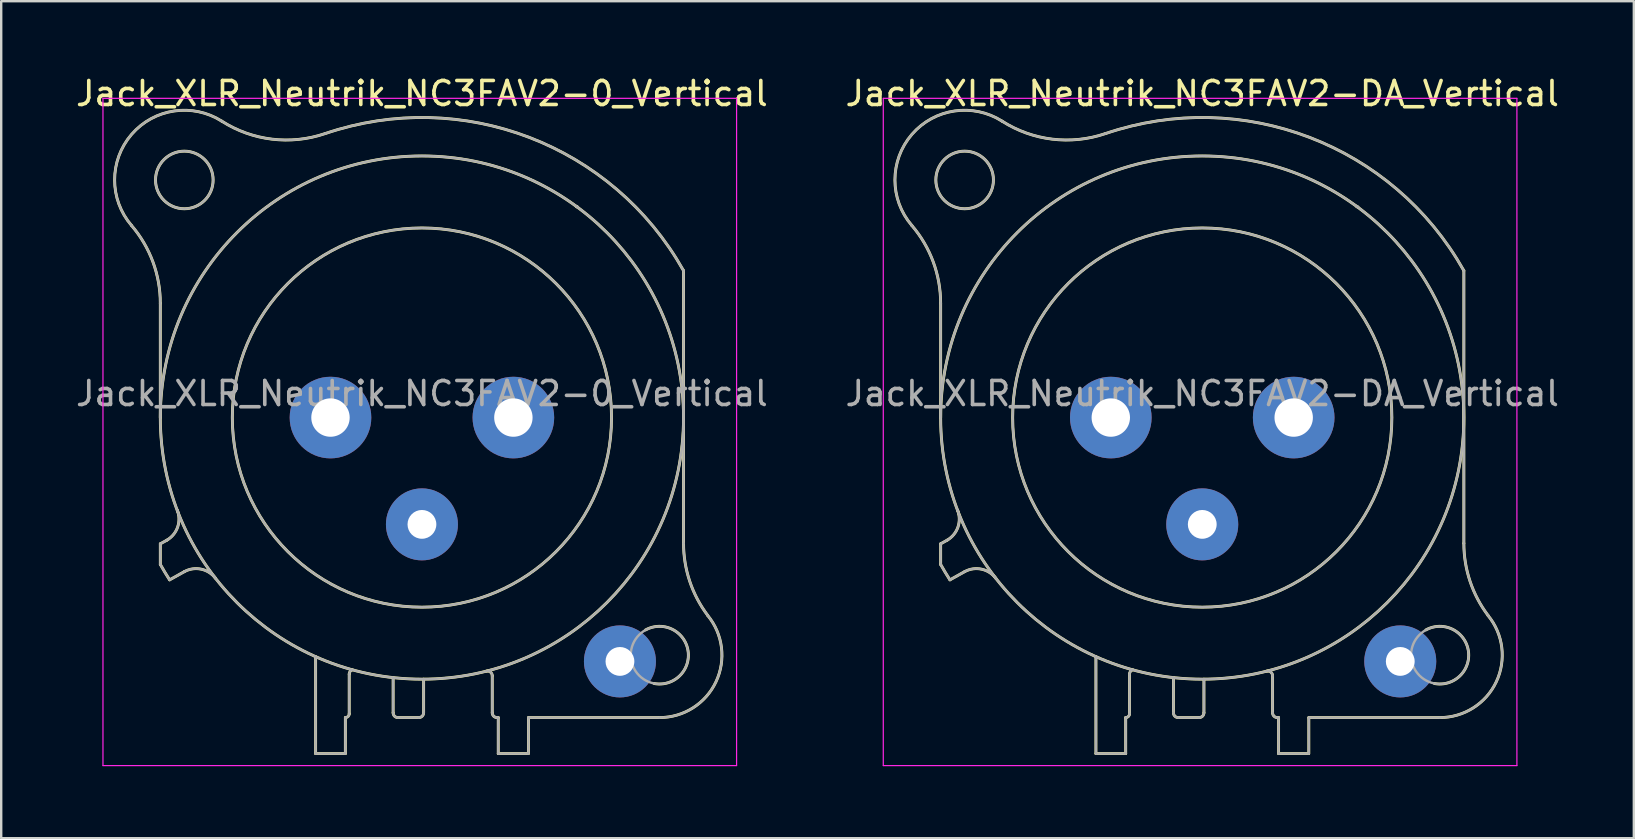
<source format=kicad_pcb>
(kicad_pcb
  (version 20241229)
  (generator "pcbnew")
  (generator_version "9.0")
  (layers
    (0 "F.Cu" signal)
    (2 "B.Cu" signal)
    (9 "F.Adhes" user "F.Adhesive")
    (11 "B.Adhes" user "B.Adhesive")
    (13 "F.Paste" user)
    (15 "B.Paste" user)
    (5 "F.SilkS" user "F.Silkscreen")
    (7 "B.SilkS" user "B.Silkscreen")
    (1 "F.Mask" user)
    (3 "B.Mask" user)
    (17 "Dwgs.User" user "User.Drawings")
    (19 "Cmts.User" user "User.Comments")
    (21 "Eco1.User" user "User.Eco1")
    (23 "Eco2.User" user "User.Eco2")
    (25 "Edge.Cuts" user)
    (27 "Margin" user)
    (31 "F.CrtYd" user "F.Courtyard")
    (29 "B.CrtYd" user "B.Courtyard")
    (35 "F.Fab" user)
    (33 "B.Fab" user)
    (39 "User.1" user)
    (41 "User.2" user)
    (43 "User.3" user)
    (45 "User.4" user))
  (footprint "Jack_XLR_Neutrik_NC3FAV2-DA_Vertical"
    (layer "F.Cu")
    (at 50.852 14.348)
    (property "Reference" "Jack_XLR_Neutrik_NC3FAV2-DA_Vertical" (at -3.81 -13.5 0) (layer "F.SilkS") (effects (font (size 1 1) (thickness 0.15))))
    (attr through_hole)
    (fp_line (start -14.71 0) (end -14.71 -4.76) (stroke (width 0.12) (type solid)) (layer "F.SilkS"))
    (fp_line (start -14.71 5.26) (end -14.71 6.12) (stroke (width 0.12) (type solid)) (layer "F.SilkS"))
    (fp_line (start -14.44 5.11) (end -14.71 5.26) (stroke (width 0.12) (type solid)) (layer "F.SilkS"))
    (fp_line (start -14.32 6.76) (end -13.71 6.42) (stroke (width 0.12) (type solid)) (layer "F.SilkS"))
    (fp_line (start -8.24 9.96) (end -8.24 14) (stroke (width 0.12) (type solid)) (layer "F.SilkS"))
    (fp_line (start -7 12.5) (end -7 14) (stroke (width 0.12) (type solid)) (layer "F.SilkS"))
    (fp_line (start -7 14) (end -8.24 14) (stroke (width 0.12) (type solid)) (layer "F.SilkS"))
    (fp_line (start -6.84 12.34) (end -6.84 10.69) (stroke (width 0.12) (type solid)) (layer "F.SilkS"))
    (fp_line (start -5.01 10.83) (end -5.01 12.3) (stroke (width 0.12) (type solid)) (layer "F.SilkS"))
    (fp_line (start -3.94 12.5) (end -4.81 12.5) (stroke (width 0.12) (type solid)) (layer "F.SilkS"))
    (fp_line (start -3.74 10.9) (end -3.74 12.3) (stroke (width 0.12) (type solid)) (layer "F.SilkS"))
    (fp_line (start -0.88 12.3) (end -0.88 10.76) (stroke (width 0.12) (type solid)) (layer "F.SilkS"))
    (fp_line (start -0.63 12.5) (end -0.68 12.5) (stroke (width 0.12) (type solid)) (layer "F.SilkS"))
    (fp_line (start -0.63 12.5) (end -0.63 14) (stroke (width 0.12) (type solid)) (layer "F.SilkS"))
    (fp_line (start 0.62 14) (end -0.63 14) (stroke (width 0.12) (type solid)) (layer "F.SilkS"))
    (fp_line (start 0.63 12.5) (end 6.09 12.5) (stroke (width 0.12) (type solid)) (layer "F.SilkS"))
    (fp_line (start 0.63 14) (end 0.63 12.5) (stroke (width 0.12) (type solid)) (layer "F.SilkS"))
    (fp_line (start 7.09 5.24) (end 7.09 -6.12) (stroke (width 0.12) (type solid)) (layer "F.SilkS"))
    (fp_arc (start -15.908829 -8.000856) (mid -15.019313 -6.48774) (end -14.71 -4.76) (stroke (width 0.12) (type solid)) (layer "F.SilkS"))
    (fp_arc (start -15.908236 -8.001617) (mid -15.907486 -11.799251) (end -12.15 -12.35) (stroke (width 0.12) (type solid)) (layer "F.SilkS"))
    (fp_arc (start -14.32314 6.763008) (mid -14.521396 6.444407) (end -14.71 6.12) (stroke (width 0.12) (type solid)) (layer "F.SilkS"))
    (fp_arc (start -14.004283 3.855674) (mid -13.989213 4.56375) (end -14.44 5.11) (stroke (width 0.12) (type solid)) (layer "F.SilkS"))
    (fp_arc (start -13.71 6.42) (mid -13.01025 6.315915) (end -12.412202 6.693832) (stroke (width 0.12) (type solid)) (layer "F.SilkS"))
    (fp_arc (start -7.848035 -11.831177) (mid -10.058192 -11.599923) (end -12.15 -12.35) (stroke (width 0.12) (type solid)) (layer "F.SilkS"))
    (fp_arc (start -7.841153 -11.83276) (mid 0.657009 -11.675197) (end 7.09 -6.12) (stroke (width 0.12) (type solid)) (layer "F.SilkS"))
    (fp_arc (start -6.84 10.69) (mid -6.803713 10.578321) (end -6.708713 10.509299) (stroke (width 0.12) (type solid)) (layer "F.SilkS"))
    (fp_arc (start -6.84 12.34) (mid -6.886863 12.453137) (end -7 12.5) (stroke (width 0.12) (type solid)) (layer "F.SilkS"))
    (fp_arc (start -4.81 12.5) (mid -4.951421 12.441421) (end -5.01 12.3) (stroke (width 0.12) (type solid)) (layer "F.SilkS"))
    (fp_arc (start -3.74 12.3) (mid -3.798579 12.441421) (end -3.94 12.5) (stroke (width 0.12) (type solid)) (layer "F.SilkS"))
    (fp_arc (start -1.1294 10.566197) (mid -0.957281 10.602076) (end -0.88 10.76) (stroke (width 0.12) (type solid)) (layer "F.SilkS"))
    (fp_arc (start -0.68 12.5) (mid -0.821421 12.441421) (end -0.88 12.3) (stroke (width 0.12) (type solid)) (layer "F.SilkS"))
    (fp_arc (start 2.636924 -8.782671) (mid 2.628394 -8.791269) (end 2.62 -8.8) (stroke (width 0.12) (type solid)) (layer "F.SilkS"))
    (fp_arc (start 2.680052 -8.767734) (mid 2.65973 -8.7835) (end 2.64 -8.8) (stroke (width 0.12) (type solid)) (layer "F.SilkS"))
    (fp_arc (start 5.507701 8.848226) (mid 7.277502 9.712546) (end 5.86 11.08) (stroke (width 0.12) (type solid)) (layer "F.SilkS"))
    (fp_arc (start 8.095865 8.245761) (mid 8.441704 11.008824) (end 6.09 12.5) (stroke (width 0.12) (type solid)) (layer "F.SilkS"))
    (fp_arc (start 8.098032 8.243976) (mid 7.348729 6.824298) (end 7.09 5.24) (stroke (width 0.12) (type solid)) (layer "F.SilkS"))
    (fp_circle (center -13.71 -9.9) (end -12.51 -9.9) (stroke (width 0.12) (type solid)) (fill no) (layer "F.SilkS"))
    (fp_circle (center -3.81 0) (end 4.09 0) (stroke (width 0.12) (type solid)) (fill no) (layer "F.SilkS"))
    (fp_circle (center -3.81 0) (end 7.09 0) (stroke (width 0.12) (type solid)) (fill no) (layer "F.SilkS"))
    (fp_line (start -17.1 -13.3) (end 9.3 -13.3) (stroke (width 0.05) (type solid)) (layer "F.CrtYd"))
    (fp_line (start -17.1 14.5) (end -17.1 -13.3) (stroke (width 0.05) (type solid)) (layer "F.CrtYd"))
    (fp_line (start 9.3 -13.3) (end 9.3 14.5) (stroke (width 0.05) (type solid)) (layer "F.CrtYd"))
    (fp_line (start 9.3 14.5) (end -17.1 14.5) (stroke (width 0.05) (type solid)) (layer "F.CrtYd"))
    (fp_line (start -14.71 0) (end -14.71 -4.76) (stroke (width 0.1) (type solid)) (layer "F.Fab"))
    (fp_line (start -14.71 5.26) (end -14.71 6.12) (stroke (width 0.1) (type solid)) (layer "F.Fab"))
    (fp_line (start -14.44 5.11) (end -14.71 5.26) (stroke (width 0.1) (type solid)) (layer "F.Fab"))
    (fp_line (start -14.32 6.76) (end -13.71 6.42) (stroke (width 0.1) (type solid)) (layer "F.Fab"))
    (fp_line (start -8.24 9.96) (end -8.24 14) (stroke (width 0.1) (type solid)) (layer "F.Fab"))
    (fp_line (start -7 12.5) (end -7 14) (stroke (width 0.1) (type solid)) (layer "F.Fab"))
    (fp_line (start -7 14) (end -8.24 14) (stroke (width 0.1) (type solid)) (layer "F.Fab"))
    (fp_line (start -6.84 12.34) (end -6.84 10.69) (stroke (width 0.1) (type solid)) (layer "F.Fab"))
    (fp_line (start -5.01 10.83) (end -5.01 12.3) (stroke (width 0.1) (type solid)) (layer "F.Fab"))
    (fp_line (start -3.94 12.5) (end -4.81 12.5) (stroke (width 0.1) (type solid)) (layer "F.Fab"))
    (fp_line (start -3.74 10.9) (end -3.74 12.3) (stroke (width 0.1) (type solid)) (layer "F.Fab"))
    (fp_line (start -0.88 12.3) (end -0.88 10.76) (stroke (width 0.1) (type solid)) (layer "F.Fab"))
    (fp_line (start -0.63 12.5) (end -0.68 12.5) (stroke (width 0.1) (type solid)) (layer "F.Fab"))
    (fp_line (start -0.63 12.5) (end -0.63 14) (stroke (width 0.1) (type solid)) (layer "F.Fab"))
    (fp_line (start 0.62 14) (end -0.63 14) (stroke (width 0.1) (type solid)) (layer "F.Fab"))
    (fp_line (start 0.63 12.5) (end 6.09 12.5) (stroke (width 0.1) (type solid)) (layer "F.Fab"))
    (fp_line (start 0.63 14) (end 0.63 12.5) (stroke (width 0.1) (type solid)) (layer "F.Fab"))
    (fp_line (start 7.09 5.24) (end 7.09 -6.12) (stroke (width 0.1) (type solid)) (layer "F.Fab"))
    (fp_arc (start -15.908829 -8.000856) (mid -15.019313 -6.48774) (end -14.71 -4.76) (stroke (width 0.1) (type solid)) (layer "F.Fab"))
    (fp_arc (start -15.908236 -8.001617) (mid -15.907486 -11.799251) (end -12.15 -12.35) (stroke (width 0.1) (type solid)) (layer "F.Fab"))
    (fp_arc (start -14.32314 6.763008) (mid -14.521396 6.444407) (end -14.71 6.12) (stroke (width 0.1) (type solid)) (layer "F.Fab"))
    (fp_arc (start -14.004283 3.855674) (mid -13.989213 4.56375) (end -14.44 5.11) (stroke (width 0.1) (type solid)) (layer "F.Fab"))
    (fp_arc (start -13.71 6.42) (mid -13.01025 6.315915) (end -12.412202 6.693832) (stroke (width 0.1) (type solid)) (layer "F.Fab"))
    (fp_arc (start -7.848035 -11.831177) (mid -10.058192 -11.599923) (end -12.15 -12.35) (stroke (width 0.1) (type solid)) (layer "F.Fab"))
    (fp_arc (start -7.841153 -11.83276) (mid 0.657009 -11.675197) (end 7.09 -6.12) (stroke (width 0.1) (type solid)) (layer "F.Fab"))
    (fp_arc (start -6.84 10.69) (mid -6.803713 10.578321) (end -6.708713 10.509299) (stroke (width 0.1) (type solid)) (layer "F.Fab"))
    (fp_arc (start -6.84 12.34) (mid -6.886863 12.453137) (end -7 12.5) (stroke (width 0.1) (type solid)) (layer "F.Fab"))
    (fp_arc (start -4.81 12.5) (mid -4.951421 12.441421) (end -5.01 12.3) (stroke (width 0.1) (type solid)) (layer "F.Fab"))
    (fp_arc (start -3.74 12.3) (mid -3.798579 12.441421) (end -3.94 12.5) (stroke (width 0.1) (type solid)) (layer "F.Fab"))
    (fp_arc (start -1.1294 10.566197) (mid -0.957281 10.602076) (end -0.88 10.76) (stroke (width 0.1) (type solid)) (layer "F.Fab"))
    (fp_arc (start -0.68 12.5) (mid -0.821421 12.441421) (end -0.88 12.3) (stroke (width 0.1) (type solid)) (layer "F.Fab"))
    (fp_arc (start 2.636924 -8.782671) (mid 2.628394 -8.791269) (end 2.62 -8.8) (stroke (width 0.1) (type solid)) (layer "F.Fab"))
    (fp_arc (start 2.680052 -8.767734) (mid 2.65973 -8.7835) (end 2.64 -8.8) (stroke (width 0.1) (type solid)) (layer "F.Fab"))
    (fp_arc (start 8.095865 8.245761) (mid 8.441704 11.008824) (end 6.09 12.5) (stroke (width 0.1) (type solid)) (layer "F.Fab"))
    (fp_arc (start 8.098032 8.243976) (mid 7.348729 6.824298) (end 7.09 5.24) (stroke (width 0.1) (type solid)) (layer "F.Fab"))
    (fp_circle (center -13.71 -9.9) (end -12.51 -9.9) (stroke (width 0.1) (type solid)) (fill no) (layer "F.Fab"))
    (fp_circle (center -3.81 0) (end 4.09 0) (stroke (width 0.1) (type solid)) (fill no) (layer "F.Fab"))
    (fp_circle (center -3.81 0) (end 7.09 0) (stroke (width 0.1) (type solid)) (fill no) (layer "F.Fab"))
    (fp_circle (center 6.09 9.9) (end 7.29 9.9) (stroke (width 0.1) (type solid)) (fill no) (layer "F.Fab"))
    (fp_text user "${REFERENCE}" (at -3.81 -1 0) (layer "F.Fab") (effects (font (size 1 1) (thickness 0.15))))
    (pad "1" thru_hole circle (at 0 0) (size 3.4 3.4) (drill 1.6) (layers "*.Cu" "*.Mask"))
    (pad "2" thru_hole circle (at -7.62 0) (size 3.4 3.4) (drill 1.6) (layers "*.Cu" "*.Mask"))
    (pad "3" thru_hole circle (at -3.81 4.45) (size 3 3) (drill 1.2) (layers "*.Cu" "*.Mask"))
    (pad "G" thru_hole circle (at 4.44 10.16) (size 3 3) (drill 1.2) (layers "*.Cu" "*.Mask")))
  (footprint "Jack_XLR_Neutrik_NC3FAV2-0_Vertical"
    (layer "F.Cu")
    (at 18.34 14.348)
    (property "Reference" "Jack_XLR_Neutrik_NC3FAV2-0_Vertical" (at -3.81 -13.5 0) (layer "F.SilkS") (effects (font (size 1 1) (thickness 0.15))))
    (attr through_hole)
    (fp_line (start -14.71 0) (end -14.71 -4.76) (stroke (width 0.12) (type solid)) (layer "F.SilkS"))
    (fp_line (start -14.71 5.26) (end -14.71 6.12) (stroke (width 0.12) (type solid)) (layer "F.SilkS"))
    (fp_line (start -14.44 5.11) (end -14.71 5.26) (stroke (width 0.12) (type solid)) (layer "F.SilkS"))
    (fp_line (start -14.32 6.76) (end -13.71 6.42) (stroke (width 0.12) (type solid)) (layer "F.SilkS"))
    (fp_line (start -8.24 9.96) (end -8.24 14) (stroke (width 0.12) (type solid)) (layer "F.SilkS"))
    (fp_line (start -7 12.5) (end -7 14) (stroke (width 0.12) (type solid)) (layer "F.SilkS"))
    (fp_line (start -7 14) (end -8.24 14) (stroke (width 0.12) (type solid)) (layer "F.SilkS"))
    (fp_line (start -6.84 12.34) (end -6.84 10.69) (stroke (width 0.12) (type solid)) (layer "F.SilkS"))
    (fp_line (start -5.01 10.83) (end -5.01 12.3) (stroke (width 0.12) (type solid)) (layer "F.SilkS"))
    (fp_line (start -3.94 12.5) (end -4.81 12.5) (stroke (width 0.12) (type solid)) (layer "F.SilkS"))
    (fp_line (start -3.74 10.9) (end -3.74 12.3) (stroke (width 0.12) (type solid)) (layer "F.SilkS"))
    (fp_line (start -0.88 12.3) (end -0.88 10.76) (stroke (width 0.12) (type solid)) (layer "F.SilkS"))
    (fp_line (start -0.63 12.5) (end -0.68 12.5) (stroke (width 0.12) (type solid)) (layer "F.SilkS"))
    (fp_line (start -0.63 12.5) (end -0.63 14) (stroke (width 0.12) (type solid)) (layer "F.SilkS"))
    (fp_line (start 0.62 14) (end -0.63 14) (stroke (width 0.12) (type solid)) (layer "F.SilkS"))
    (fp_line (start 0.63 12.5) (end 6.09 12.5) (stroke (width 0.12) (type solid)) (layer "F.SilkS"))
    (fp_line (start 0.63 14) (end 0.63 12.5) (stroke (width 0.12) (type solid)) (layer "F.SilkS"))
    (fp_line (start 7.09 5.24) (end 7.09 -6.12) (stroke (width 0.12) (type solid)) (layer "F.SilkS"))
    (fp_arc (start -15.908829 -8.000856) (mid -15.019313 -6.48774) (end -14.71 -4.76) (stroke (width 0.12) (type solid)) (layer "F.SilkS"))
    (fp_arc (start -15.908236 -8.001617) (mid -15.907486 -11.799251) (end -12.15 -12.35) (stroke (width 0.12) (type solid)) (layer "F.SilkS"))
    (fp_arc (start -14.32314 6.763008) (mid -14.521396 6.444407) (end -14.71 6.12) (stroke (width 0.12) (type solid)) (layer "F.SilkS"))
    (fp_arc (start -14.004283 3.855674) (mid -13.989213 4.56375) (end -14.44 5.11) (stroke (width 0.12) (type solid)) (layer "F.SilkS"))
    (fp_arc (start -13.71 6.42) (mid -13.01025 6.315915) (end -12.412202 6.693832) (stroke (width 0.12) (type solid)) (layer "F.SilkS"))
    (fp_arc (start -7.848035 -11.831177) (mid -10.058192 -11.599923) (end -12.15 -12.35) (stroke (width 0.12) (type solid)) (layer "F.SilkS"))
    (fp_arc (start -7.841153 -11.83276) (mid 0.657009 -11.675197) (end 7.09 -6.12) (stroke (width 0.12) (type solid)) (layer "F.SilkS"))
    (fp_arc (start -6.84 10.69) (mid -6.803713 10.578321) (end -6.708713 10.509299) (stroke (width 0.12) (type solid)) (layer "F.SilkS"))
    (fp_arc (start -6.84 12.34) (mid -6.886863 12.453137) (end -7 12.5) (stroke (width 0.12) (type solid)) (layer "F.SilkS"))
    (fp_arc (start -4.81 12.5) (mid -4.951421 12.441421) (end -5.01 12.3) (stroke (width 0.12) (type solid)) (layer "F.SilkS"))
    (fp_arc (start -3.74 12.3) (mid -3.798579 12.441421) (end -3.94 12.5) (stroke (width 0.12) (type solid)) (layer "F.SilkS"))
    (fp_arc (start -1.1294 10.566197) (mid -0.957281 10.602076) (end -0.88 10.76) (stroke (width 0.12) (type solid)) (layer "F.SilkS"))
    (fp_arc (start -0.68 12.5) (mid -0.821421 12.441421) (end -0.88 12.3) (stroke (width 0.12) (type solid)) (layer "F.SilkS"))
    (fp_arc (start 2.636924 -8.782671) (mid 2.628394 -8.791269) (end 2.62 -8.8) (stroke (width 0.12) (type solid)) (layer "F.SilkS"))
    (fp_arc (start 2.680052 -8.767734) (mid 2.65973 -8.7835) (end 2.64 -8.8) (stroke (width 0.12) (type solid)) (layer "F.SilkS"))
    (fp_arc (start 5.507701 8.848226) (mid 7.277502 9.712546) (end 5.86 11.08) (stroke (width 0.12) (type solid)) (layer "F.SilkS"))
    (fp_arc (start 8.095865 8.245761) (mid 8.441704 11.008824) (end 6.09 12.5) (stroke (width 0.12) (type solid)) (layer "F.SilkS"))
    (fp_arc (start 8.098032 8.243976) (mid 7.348729 6.824298) (end 7.09 5.24) (stroke (width 0.12) (type solid)) (layer "F.SilkS"))
    (fp_circle (center -13.71 -9.9) (end -12.51 -9.9) (stroke (width 0.12) (type solid)) (fill no) (layer "F.SilkS"))
    (fp_circle (center -3.81 0) (end 4.09 0) (stroke (width 0.12) (type solid)) (fill no) (layer "F.SilkS"))
    (fp_circle (center -3.81 0) (end 7.09 0) (stroke (width 0.12) (type solid)) (fill no) (layer "F.SilkS"))
    (fp_line (start -17.1 -13.3) (end 9.3 -13.3) (stroke (width 0.05) (type solid)) (layer "F.CrtYd"))
    (fp_line (start -17.1 14.5) (end -17.1 -13.3) (stroke (width 0.05) (type solid)) (layer "F.CrtYd"))
    (fp_line (start 9.3 -13.3) (end 9.3 14.5) (stroke (width 0.05) (type solid)) (layer "F.CrtYd"))
    (fp_line (start 9.3 14.5) (end -17.1 14.5) (stroke (width 0.05) (type solid)) (layer "F.CrtYd"))
    (fp_line (start -14.71 0) (end -14.71 -4.76) (stroke (width 0.1) (type solid)) (layer "F.Fab"))
    (fp_line (start -14.71 5.26) (end -14.71 6.12) (stroke (width 0.1) (type solid)) (layer "F.Fab"))
    (fp_line (start -14.44 5.11) (end -14.71 5.26) (stroke (width 0.1) (type solid)) (layer "F.Fab"))
    (fp_line (start -14.32 6.76) (end -13.71 6.42) (stroke (width 0.1) (type solid)) (layer "F.Fab"))
    (fp_line (start -8.24 9.96) (end -8.24 14) (stroke (width 0.1) (type solid)) (layer "F.Fab"))
    (fp_line (start -7 12.5) (end -7 14) (stroke (width 0.1) (type solid)) (layer "F.Fab"))
    (fp_line (start -7 14) (end -8.24 14) (stroke (width 0.1) (type solid)) (layer "F.Fab"))
    (fp_line (start -6.84 12.34) (end -6.84 10.69) (stroke (width 0.1) (type solid)) (layer "F.Fab"))
    (fp_line (start -5.01 10.83) (end -5.01 12.3) (stroke (width 0.1) (type solid)) (layer "F.Fab"))
    (fp_line (start -3.94 12.5) (end -4.81 12.5) (stroke (width 0.1) (type solid)) (layer "F.Fab"))
    (fp_line (start -3.74 10.9) (end -3.74 12.3) (stroke (width 0.1) (type solid)) (layer "F.Fab"))
    (fp_line (start -0.88 12.3) (end -0.88 10.76) (stroke (width 0.1) (type solid)) (layer "F.Fab"))
    (fp_line (start -0.63 12.5) (end -0.68 12.5) (stroke (width 0.1) (type solid)) (layer "F.Fab"))
    (fp_line (start -0.63 12.5) (end -0.63 14) (stroke (width 0.1) (type solid)) (layer "F.Fab"))
    (fp_line (start 0.62 14) (end -0.63 14) (stroke (width 0.1) (type solid)) (layer "F.Fab"))
    (fp_line (start 0.63 12.5) (end 6.09 12.5) (stroke (width 0.1) (type solid)) (layer "F.Fab"))
    (fp_line (start 0.63 14) (end 0.63 12.5) (stroke (width 0.1) (type solid)) (layer "F.Fab"))
    (fp_line (start 7.09 5.24) (end 7.09 -6.12) (stroke (width 0.1) (type solid)) (layer "F.Fab"))
    (fp_arc (start -15.908829 -8.000856) (mid -15.019313 -6.48774) (end -14.71 -4.76) (stroke (width 0.1) (type solid)) (layer "F.Fab"))
    (fp_arc (start -15.908236 -8.001617) (mid -15.907486 -11.799251) (end -12.15 -12.35) (stroke (width 0.1) (type solid)) (layer "F.Fab"))
    (fp_arc (start -14.32314 6.763008) (mid -14.521396 6.444407) (end -14.71 6.12) (stroke (width 0.1) (type solid)) (layer "F.Fab"))
    (fp_arc (start -14.004283 3.855674) (mid -13.989213 4.56375) (end -14.44 5.11) (stroke (width 0.1) (type solid)) (layer "F.Fab"))
    (fp_arc (start -13.71 6.42) (mid -13.01025 6.315915) (end -12.412202 6.693832) (stroke (width 0.1) (type solid)) (layer "F.Fab"))
    (fp_arc (start -7.848035 -11.831177) (mid -10.058192 -11.599923) (end -12.15 -12.35) (stroke (width 0.1) (type solid)) (layer "F.Fab"))
    (fp_arc (start -7.841153 -11.83276) (mid 0.657009 -11.675197) (end 7.09 -6.12) (stroke (width 0.1) (type solid)) (layer "F.Fab"))
    (fp_arc (start -6.84 10.69) (mid -6.803713 10.578321) (end -6.708713 10.509299) (stroke (width 0.1) (type solid)) (layer "F.Fab"))
    (fp_arc (start -6.84 12.34) (mid -6.886863 12.453137) (end -7 12.5) (stroke (width 0.1) (type solid)) (layer "F.Fab"))
    (fp_arc (start -4.81 12.5) (mid -4.951421 12.441421) (end -5.01 12.3) (stroke (width 0.1) (type solid)) (layer "F.Fab"))
    (fp_arc (start -3.74 12.3) (mid -3.798579 12.441421) (end -3.94 12.5) (stroke (width 0.1) (type solid)) (layer "F.Fab"))
    (fp_arc (start -1.1294 10.566197) (mid -0.957281 10.602076) (end -0.88 10.76) (stroke (width 0.1) (type solid)) (layer "F.Fab"))
    (fp_arc (start -0.68 12.5) (mid -0.821421 12.441421) (end -0.88 12.3) (stroke (width 0.1) (type solid)) (layer "F.Fab"))
    (fp_arc (start 2.636924 -8.782671) (mid 2.628394 -8.791269) (end 2.62 -8.8) (stroke (width 0.1) (type solid)) (layer "F.Fab"))
    (fp_arc (start 2.680052 -8.767734) (mid 2.65973 -8.7835) (end 2.64 -8.8) (stroke (width 0.1) (type solid)) (layer "F.Fab"))
    (fp_arc (start 8.095865 8.245761) (mid 8.441704 11.008824) (end 6.09 12.5) (stroke (width 0.1) (type solid)) (layer "F.Fab"))
    (fp_arc (start 8.098032 8.243976) (mid 7.348729 6.824298) (end 7.09 5.24) (stroke (width 0.1) (type solid)) (layer "F.Fab"))
    (fp_circle (center -13.71 -9.9) (end -12.51 -9.9) (stroke (width 0.1) (type solid)) (fill no) (layer "F.Fab"))
    (fp_circle (center -3.81 0) (end 4.09 0) (stroke (width 0.1) (type solid)) (fill no) (layer "F.Fab"))
    (fp_circle (center -3.81 0) (end 7.09 0) (stroke (width 0.1) (type solid)) (fill no) (layer "F.Fab"))
    (fp_circle (center 6.09 9.9) (end 7.29 9.9) (stroke (width 0.1) (type solid)) (fill no) (layer "F.Fab"))
    (fp_text user "${REFERENCE}" (at -3.81 -1 0) (layer "F.Fab") (effects (font (size 1 1) (thickness 0.15))))
    (pad "1" thru_hole circle (at 0 0) (size 3.4 3.4) (drill 1.6) (layers "*.Cu" "*.Mask"))
    (pad "2" thru_hole circle (at -7.62 0) (size 3.4 3.4) (drill 1.6) (layers "*.Cu" "*.Mask"))
    (pad "3" thru_hole circle (at -3.81 4.45) (size 3 3) (drill 1.2) (layers "*.Cu" "*.Mask"))
    (pad "G" thru_hole circle (at 4.44 10.16) (size 3 3) (drill 1.2) (layers "*.Cu" "*.Mask")))
  (gr_rect
    (start -3 -3)
    (end 65.024 31.873)
    (stroke (width 0.1) (type default))
    (fill no)
    (layer "Edge.Cuts")))
</source>
